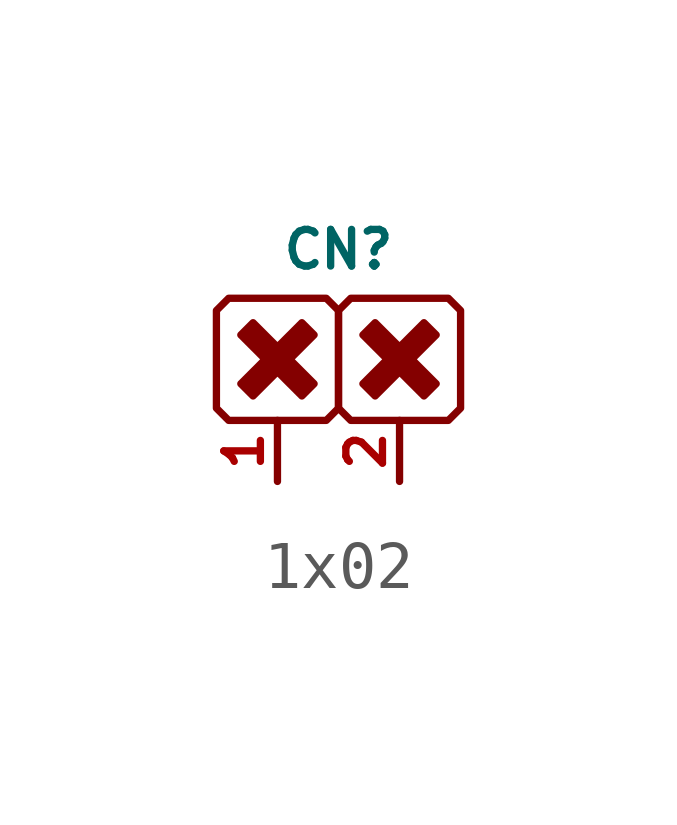
<source format=kicad_sym>
(kicad_symbol_lib
  (version 20220914)
  (generator kicad_symbol_editor)
  (symbol "1x02"
    (pin_names
      (offset 0) hide)
    (property "Reference" "CN"
      (at 0 4.826 0)
      (effects (font (size 0.762 0.762))))
    (symbol "1x02_0_1"
      (polyline (pts (xy -1.27 1.27) (xy -2.286 1.27) (xy -2.54 1.524) (xy -2.54 3.556) (xy -2.286 3.81) (xy -0.254 3.81) (xy 0 3.556) (xy 0 1.524) (xy -0.254 1.27) (xy -1.27 1.27)) (stroke (width 0) (type solid)) (fill (type none)))
      (polyline (pts (xy 1.27 1.27) (xy 0.254 1.27) (xy 0 1.524) (xy 0 3.556) (xy 0.254 3.81) (xy 2.286 3.81) (xy 2.54 3.556) (xy 2.54 1.524) (xy 2.286 1.27) (xy 1.27 1.27)) (stroke (width 0) (type solid)) (fill (type none)))
      (polyline (pts (xy -1.778 1.778) (xy -2.032 2.032) (xy -1.524 2.54) (xy -2.032 3.048) (xy -1.778 3.302) (xy -1.27 2.794) (xy -0.762 3.302) (xy -0.508 3.048) (xy -1.016 2.54) (xy -0.508 2.032) (xy -0.762 1.778) (xy -1.27 2.286) (xy -1.778 1.778)) (stroke (width 0) (type solid)) (fill (type outline)))
      (polyline (pts (xy 0.762 1.778) (xy 0.508 2.032) (xy 1.016 2.54) (xy 0.508 3.048) (xy 0.762 3.302) (xy 1.27 2.794) (xy 1.778 3.302) (xy 2.032 3.048) (xy 1.524 2.54) (xy 2.032 2.032) (xy 1.778 1.778) (xy 1.27 2.286) (xy 0.762 1.778)) (stroke (width 0) (type solid)) (fill (type outline))))
    (symbol "1x02_1_1"
      (pin passive line (at -1.27 0 90) (length 1.27) (name "1" (effects (font (size 0.762 0.762)))) (number "1" (effects (font (size 0.762 0.762)))))
      (pin passive line (at 1.27 0 90) (length 1.27) (name "2" (effects (font (size 0.762 0.762)))) (number "2" (effects (font (size 0.762 0.762))))))))
</source>
